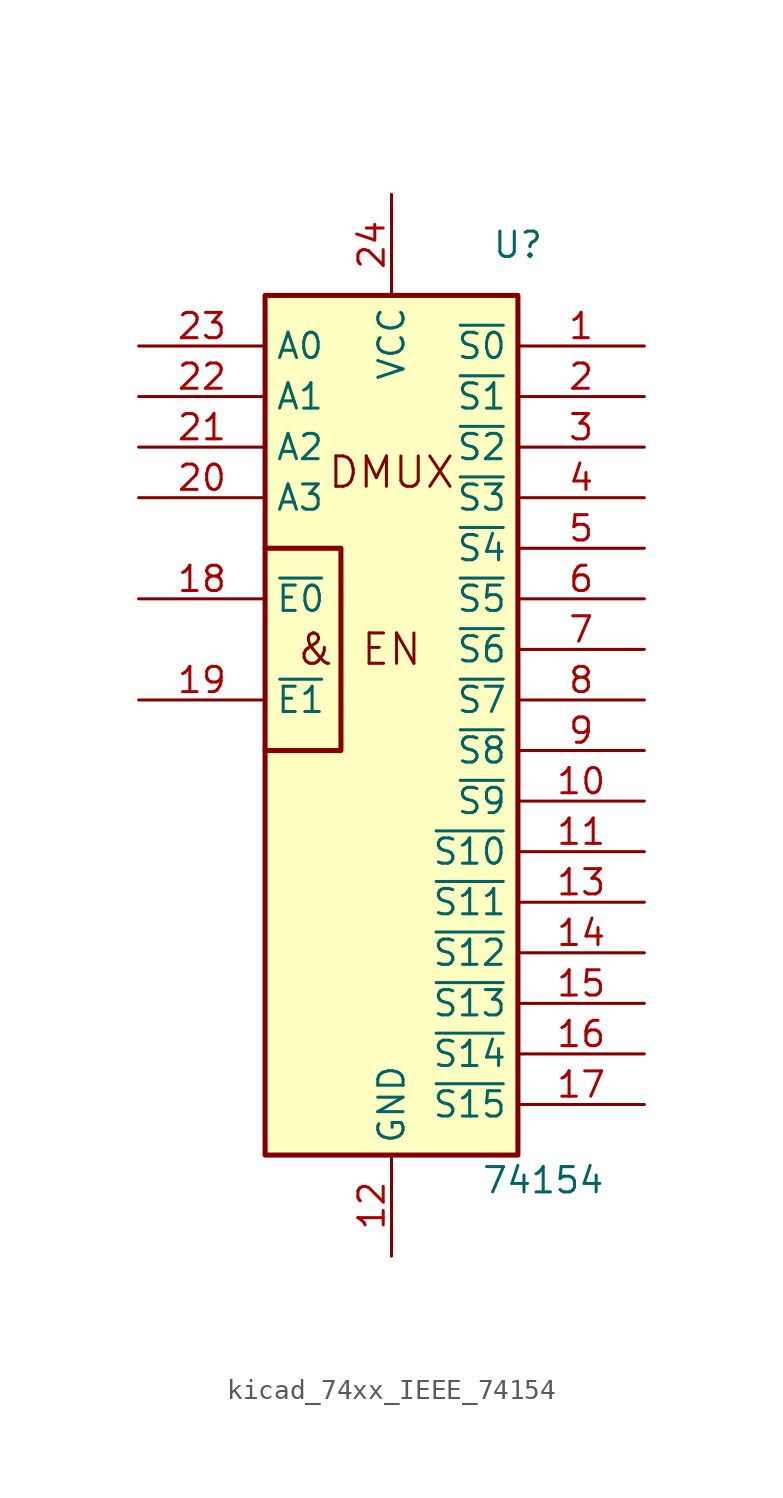
<source format=kicad_sym>
(kicad_symbol_lib
  (version 20220914)
  (generator kicad_symbol_editor)
  (symbol "kicad_74xx_IEEE_74154"
    (property "Reference" "U"
      (at 6.35 25.4 0)
      (effects (font (size 1.27 1.27))))
    (property "Value" "74154"
      (at 7.62 -21.59 0)
      (effects (font (size 1.27 1.27))))
    (symbol "kicad_74xx_IEEE_74154_0_0"
      (rectangle (start -6.35 22.86) (end 6.35 -20.32) (stroke (width 0.254) (type default)) (fill (type background)))
      (polyline (pts (xy -6.35 10.16) (xy -2.54 10.16) (xy -2.54 0) (xy -6.35 0) (xy -6.35 0)) (stroke (width 0.254) (type default)) (fill (type background)))
      (text "&" (at -3.81 5.08 0) (effects (font (size 1.524 1.524))))
      (text "DMUX" (at 0 13.97 0) (effects (font (size 1.524 1.524))))
      (text "EN" (at 0 5.08 0) (effects (font (size 1.524 1.524))))
      (pin power_in line (at 0 -25.4 90) (length 5.08) (name "GND" (effects (font (size 1.27 1.27)))) (number "12" (effects (font (size 1.27 1.27)))))
      (pin power_in line (at 0 27.94 270) (length 5.08) (name "VCC" (effects (font (size 1.27 1.27)))) (number "24" (effects (font (size 1.27 1.27))))))
    (symbol "kicad_74xx_IEEE_74154_1_1"
      (pin output line (at 12.7 20.32 180) (length 6.35) (name "~{S0}" (effects (font (size 1.27 1.27)))) (number "1" (effects (font (size 1.27 1.27)))))
      (pin output line (at 12.7 -2.54 180) (length 6.35) (name "~{S9}" (effects (font (size 1.27 1.27)))) (number "10" (effects (font (size 1.27 1.27)))))
      (pin output line (at 12.7 -5.08 180) (length 6.35) (name "~{S10}" (effects (font (size 1.27 1.27)))) (number "11" (effects (font (size 1.27 1.27)))))
      (pin output line (at 12.7 -7.62 180) (length 6.35) (name "~{S11}" (effects (font (size 1.27 1.27)))) (number "13" (effects (font (size 1.27 1.27)))))
      (pin output line (at 12.7 -10.16 180) (length 6.35) (name "~{S12}" (effects (font (size 1.27 1.27)))) (number "14" (effects (font (size 1.27 1.27)))))
      (pin input line (at 12.7 -12.7 180) (length 6.35) (name "~{S13}" (effects (font (size 1.27 1.27)))) (number "15" (effects (font (size 1.27 1.27)))))
      (pin output line (at 12.7 -15.24 180) (length 6.35) (name "~{S14}" (effects (font (size 1.27 1.27)))) (number "16" (effects (font (size 1.27 1.27)))))
      (pin output line (at 12.7 -17.78 180) (length 6.35) (name "~{S15}" (effects (font (size 1.27 1.27)))) (number "17" (effects (font (size 1.27 1.27)))))
      (pin input line (at -12.7 7.62 0) (length 6.35) (name "~{E0}" (effects (font (size 1.27 1.27)))) (number "18" (effects (font (size 1.27 1.27)))))
      (pin input line (at -12.7 2.54 0) (length 6.35) (name "~{E1}" (effects (font (size 1.27 1.27)))) (number "19" (effects (font (size 1.27 1.27)))))
      (pin output line (at 12.7 17.78 180) (length 6.35) (name "~{S1}" (effects (font (size 1.27 1.27)))) (number "2" (effects (font (size 1.27 1.27)))))
      (pin input line (at -12.7 12.7 0) (length 6.35) (name "A3" (effects (font (size 1.27 1.27)))) (number "20" (effects (font (size 1.27 1.27)))))
      (pin input line (at -12.7 15.24 0) (length 6.35) (name "A2" (effects (font (size 1.27 1.27)))) (number "21" (effects (font (size 1.27 1.27)))))
      (pin input line (at -12.7 17.78 0) (length 6.35) (name "A1" (effects (font (size 1.27 1.27)))) (number "22" (effects (font (size 1.27 1.27)))))
      (pin input line (at -12.7 20.32 0) (length 6.35) (name "A0" (effects (font (size 1.27 1.27)))) (number "23" (effects (font (size 1.27 1.27)))))
      (pin output line (at 12.7 15.24 180) (length 6.35) (name "~{S2}" (effects (font (size 1.27 1.27)))) (number "3" (effects (font (size 1.27 1.27)))))
      (pin output line (at 12.7 12.7 180) (length 6.35) (name "~{S3}" (effects (font (size 1.27 1.27)))) (number "4" (effects (font (size 1.27 1.27)))))
      (pin output line (at 12.7 10.16 180) (length 6.35) (name "~{S4}" (effects (font (size 1.27 1.27)))) (number "5" (effects (font (size 1.27 1.27)))))
      (pin output line (at 12.7 7.62 180) (length 6.35) (name "~{S5}" (effects (font (size 1.27 1.27)))) (number "6" (effects (font (size 1.27 1.27)))))
      (pin output line (at 12.7 5.08 180) (length 6.35) (name "~{S6}" (effects (font (size 1.27 1.27)))) (number "7" (effects (font (size 1.27 1.27)))))
      (pin output line (at 12.7 2.54 180) (length 6.35) (name "~{S7}" (effects (font (size 1.27 1.27)))) (number "8" (effects (font (size 1.27 1.27)))))
      (pin output line (at 12.7 0 180) (length 6.35) (name "~{S8}" (effects (font (size 1.27 1.27)))) (number "9" (effects (font (size 1.27 1.27))))))))
</source>
